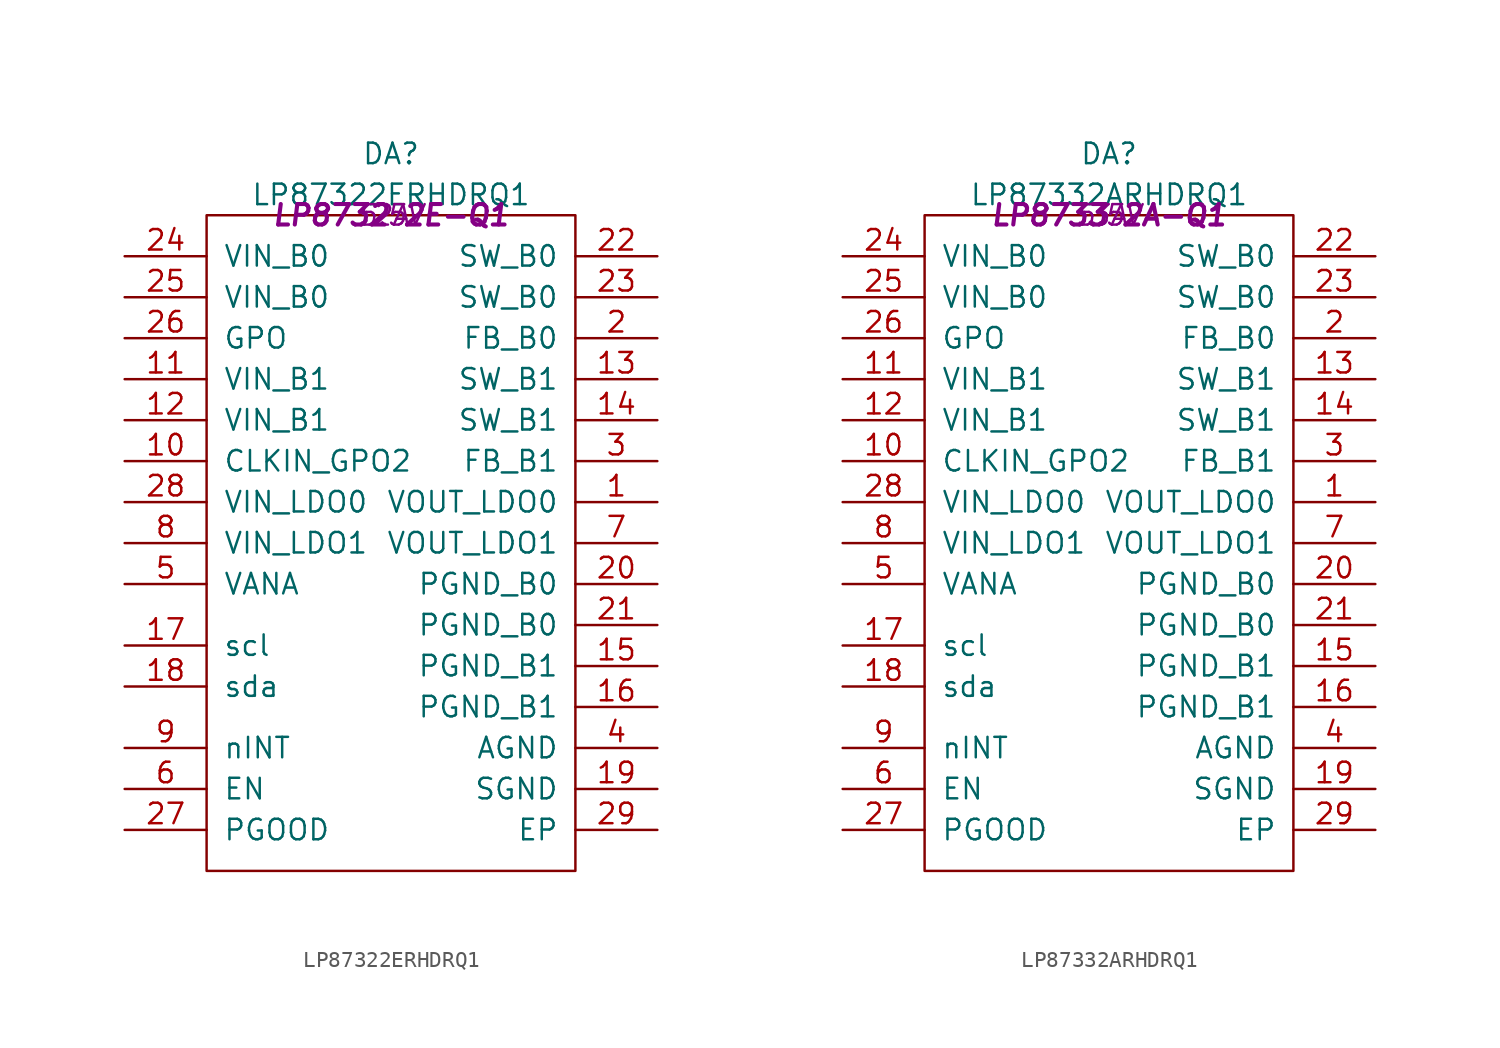
<source format=kicad_sym>
(kicad_symbol_lib
  (version 20211014)
  (generator kicad_symbol_editor)
  (symbol "LP87322ERHDRQ1"
    (pin_names
      (offset 1.016))
    (property "Reference" "DA"
      (at 0 3.81 0)
      (effects (font (size 1.27 1.27))))
    (property "Value" "LP87322ERHDRQ1"
      (at 0 1.27 0)
      (effects (font (size 1.27 1.27))))
    (property "Mark" "LP8732 2E-Q1"
      (at 0 0 0)
      (effects (font (size 1.27 1.27) bold italic)))
    (property "Vmax" "5.5V"
      (at 0 0 0)
      (effects (font (size 1.27 1.27) italic)))
    (property "Imax" "2A"
      (at 0 0 0)
      (effects (font (size 1.27 1.27) italic)))
    (symbol "LP87322ERHDRQ1_0_1"
      (rectangle (start -11.43 0) (end 11.43 -40.64) (stroke (width 0) (type default) (color 0 0 0 0)) (fill (type none))))
    (symbol "LP87322ERHDRQ1_1_1"
      (pin passive line (at 16.51 -17.78 180) (length 5.08) (name "VOUT_LDO0" (effects (font (size 1.27 1.27)))) (number "1" (effects (font (size 1.27 1.27)))))
      (pin passive line (at -16.51 -15.24 0) (length 5.08) (name "CLKIN_GPO2" (effects (font (size 1.27 1.27)))) (number "10" (effects (font (size 1.27 1.27)))))
      (pin passive line (at -16.51 -10.16 0) (length 5.08) (name "VIN_B1" (effects (font (size 1.27 1.27)))) (number "11" (effects (font (size 1.27 1.27)))))
      (pin passive line (at -16.51 -12.7 0) (length 5.08) (name "VIN_B1" (effects (font (size 1.27 1.27)))) (number "12" (effects (font (size 1.27 1.27)))))
      (pin passive line (at 16.51 -10.16 180) (length 5.08) (name "SW_B1" (effects (font (size 1.27 1.27)))) (number "13" (effects (font (size 1.27 1.27)))))
      (pin passive line (at 16.51 -12.7 180) (length 5.08) (name "SW_B1" (effects (font (size 1.27 1.27)))) (number "14" (effects (font (size 1.27 1.27)))))
      (pin passive line (at 16.51 -27.94 180) (length 5.08) (name "PGND_B1" (effects (font (size 1.27 1.27)))) (number "15" (effects (font (size 1.27 1.27)))))
      (pin passive line (at 16.51 -30.48 180) (length 5.08) (name "PGND_B1" (effects (font (size 1.27 1.27)))) (number "16" (effects (font (size 1.27 1.27)))))
      (pin passive line (at -16.51 -26.67 0) (length 5.08) (name "scl" (effects (font (size 1.27 1.27)))) (number "17" (effects (font (size 1.27 1.27)))))
      (pin passive line (at -16.51 -29.21 0) (length 5.08) (name "sda" (effects (font (size 1.27 1.27)))) (number "18" (effects (font (size 1.27 1.27)))))
      (pin passive line (at 16.51 -35.56 180) (length 5.08) (name "SGND" (effects (font (size 1.27 1.27)))) (number "19" (effects (font (size 1.27 1.27)))))
      (pin passive line (at 16.51 -7.62 180) (length 5.08) (name "FB_B0" (effects (font (size 1.27 1.27)))) (number "2" (effects (font (size 1.27 1.27)))))
      (pin passive line (at 16.51 -22.86 180) (length 5.08) (name "PGND_B0" (effects (font (size 1.27 1.27)))) (number "20" (effects (font (size 1.27 1.27)))))
      (pin passive line (at 16.51 -25.4 180) (length 5.08) (name "PGND_B0" (effects (font (size 1.27 1.27)))) (number "21" (effects (font (size 1.27 1.27)))))
      (pin passive line (at 16.51 -2.54 180) (length 5.08) (name "SW_B0" (effects (font (size 1.27 1.27)))) (number "22" (effects (font (size 1.27 1.27)))))
      (pin passive line (at 16.51 -5.08 180) (length 5.08) (name "SW_B0" (effects (font (size 1.27 1.27)))) (number "23" (effects (font (size 1.27 1.27)))))
      (pin passive line (at -16.51 -2.54 0) (length 5.08) (name "VIN_B0" (effects (font (size 1.27 1.27)))) (number "24" (effects (font (size 1.27 1.27)))))
      (pin passive line (at -16.51 -5.08 0) (length 5.08) (name "VIN_B0" (effects (font (size 1.27 1.27)))) (number "25" (effects (font (size 1.27 1.27)))))
      (pin passive line (at -16.51 -7.62 0) (length 5.08) (name "GPO" (effects (font (size 1.27 1.27)))) (number "26" (effects (font (size 1.27 1.27)))))
      (pin passive line (at -16.51 -38.1 0) (length 5.08) (name "PGOOD" (effects (font (size 1.27 1.27)))) (number "27" (effects (font (size 1.27 1.27)))))
      (pin passive line (at -16.51 -17.78 0) (length 5.08) (name "VIN_LDO0" (effects (font (size 1.27 1.27)))) (number "28" (effects (font (size 1.27 1.27)))))
      (pin passive line (at 16.51 -38.1 180) (length 5.08) (name "EP" (effects (font (size 1.27 1.27)))) (number "29" (effects (font (size 1.27 1.27)))))
      (pin passive line (at 16.51 -15.24 180) (length 5.08) (name "FB_B1" (effects (font (size 1.27 1.27)))) (number "3" (effects (font (size 1.27 1.27)))))
      (pin passive line (at 16.51 -33.02 180) (length 5.08) (name "AGND" (effects (font (size 1.27 1.27)))) (number "4" (effects (font (size 1.27 1.27)))))
      (pin passive line (at -16.51 -22.86 0) (length 5.08) (name "VANA" (effects (font (size 1.27 1.27)))) (number "5" (effects (font (size 1.27 1.27)))))
      (pin passive line (at -16.51 -35.56 0) (length 5.08) (name "EN" (effects (font (size 1.27 1.27)))) (number "6" (effects (font (size 1.27 1.27)))))
      (pin passive line (at 16.51 -20.32 180) (length 5.08) (name "VOUT_LDO1" (effects (font (size 1.27 1.27)))) (number "7" (effects (font (size 1.27 1.27)))))
      (pin passive line (at -16.51 -20.32 0) (length 5.08) (name "VIN_LDO1" (effects (font (size 1.27 1.27)))) (number "8" (effects (font (size 1.27 1.27)))))
      (pin passive line (at -16.51 -33.02 0) (length 5.08) (name "nINT" (effects (font (size 1.27 1.27)))) (number "9" (effects (font (size 1.27 1.27)))))))
  (symbol "LP87332ARHDRQ1"
    (pin_names
      (offset 1.016))
    (property "Reference" "DA"
      (at 0 3.81 0)
      (effects (font (size 1.27 1.27))))
    (property "Value" "LP87332ARHDRQ1"
      (at 0 1.27 0)
      (effects (font (size 1.27 1.27))))
    (property "Mark" "LP8733 2A-Q1"
      (at 0 0 0)
      (effects (font (size 1.27 1.27) bold italic)))
    (property "Vmax" "5.5V"
      (at 0 0 0)
      (effects (font (size 1.27 1.27) italic)))
    (property "Imax" "3A"
      (at 0 0 0)
      (effects (font (size 1.27 1.27) italic)))
    (symbol "LP87332ARHDRQ1_0_1"
      (rectangle (start -11.43 0) (end 11.43 -40.64) (stroke (width 0) (type default) (color 0 0 0 0)) (fill (type none))))
    (symbol "LP87332ARHDRQ1_1_1"
      (pin passive line (at 16.51 -17.78 180) (length 5.08) (name "VOUT_LDO0" (effects (font (size 1.27 1.27)))) (number "1" (effects (font (size 1.27 1.27)))))
      (pin passive line (at -16.51 -15.24 0) (length 5.08) (name "CLKIN_GPO2" (effects (font (size 1.27 1.27)))) (number "10" (effects (font (size 1.27 1.27)))))
      (pin passive line (at -16.51 -10.16 0) (length 5.08) (name "VIN_B1" (effects (font (size 1.27 1.27)))) (number "11" (effects (font (size 1.27 1.27)))))
      (pin passive line (at -16.51 -12.7 0) (length 5.08) (name "VIN_B1" (effects (font (size 1.27 1.27)))) (number "12" (effects (font (size 1.27 1.27)))))
      (pin passive line (at 16.51 -10.16 180) (length 5.08) (name "SW_B1" (effects (font (size 1.27 1.27)))) (number "13" (effects (font (size 1.27 1.27)))))
      (pin passive line (at 16.51 -12.7 180) (length 5.08) (name "SW_B1" (effects (font (size 1.27 1.27)))) (number "14" (effects (font (size 1.27 1.27)))))
      (pin passive line (at 16.51 -27.94 180) (length 5.08) (name "PGND_B1" (effects (font (size 1.27 1.27)))) (number "15" (effects (font (size 1.27 1.27)))))
      (pin passive line (at 16.51 -30.48 180) (length 5.08) (name "PGND_B1" (effects (font (size 1.27 1.27)))) (number "16" (effects (font (size 1.27 1.27)))))
      (pin passive line (at -16.51 -26.67 0) (length 5.08) (name "scl" (effects (font (size 1.27 1.27)))) (number "17" (effects (font (size 1.27 1.27)))))
      (pin passive line (at -16.51 -29.21 0) (length 5.08) (name "sda" (effects (font (size 1.27 1.27)))) (number "18" (effects (font (size 1.27 1.27)))))
      (pin passive line (at 16.51 -35.56 180) (length 5.08) (name "SGND" (effects (font (size 1.27 1.27)))) (number "19" (effects (font (size 1.27 1.27)))))
      (pin passive line (at 16.51 -7.62 180) (length 5.08) (name "FB_B0" (effects (font (size 1.27 1.27)))) (number "2" (effects (font (size 1.27 1.27)))))
      (pin passive line (at 16.51 -22.86 180) (length 5.08) (name "PGND_B0" (effects (font (size 1.27 1.27)))) (number "20" (effects (font (size 1.27 1.27)))))
      (pin passive line (at 16.51 -25.4 180) (length 5.08) (name "PGND_B0" (effects (font (size 1.27 1.27)))) (number "21" (effects (font (size 1.27 1.27)))))
      (pin passive line (at 16.51 -2.54 180) (length 5.08) (name "SW_B0" (effects (font (size 1.27 1.27)))) (number "22" (effects (font (size 1.27 1.27)))))
      (pin passive line (at 16.51 -5.08 180) (length 5.08) (name "SW_B0" (effects (font (size 1.27 1.27)))) (number "23" (effects (font (size 1.27 1.27)))))
      (pin passive line (at -16.51 -2.54 0) (length 5.08) (name "VIN_B0" (effects (font (size 1.27 1.27)))) (number "24" (effects (font (size 1.27 1.27)))))
      (pin passive line (at -16.51 -5.08 0) (length 5.08) (name "VIN_B0" (effects (font (size 1.27 1.27)))) (number "25" (effects (font (size 1.27 1.27)))))
      (pin passive line (at -16.51 -7.62 0) (length 5.08) (name "GPO" (effects (font (size 1.27 1.27)))) (number "26" (effects (font (size 1.27 1.27)))))
      (pin passive line (at -16.51 -38.1 0) (length 5.08) (name "PGOOD" (effects (font (size 1.27 1.27)))) (number "27" (effects (font (size 1.27 1.27)))))
      (pin passive line (at -16.51 -17.78 0) (length 5.08) (name "VIN_LDO0" (effects (font (size 1.27 1.27)))) (number "28" (effects (font (size 1.27 1.27)))))
      (pin passive line (at 16.51 -38.1 180) (length 5.08) (name "EP" (effects (font (size 1.27 1.27)))) (number "29" (effects (font (size 1.27 1.27)))))
      (pin passive line (at 16.51 -15.24 180) (length 5.08) (name "FB_B1" (effects (font (size 1.27 1.27)))) (number "3" (effects (font (size 1.27 1.27)))))
      (pin passive line (at 16.51 -33.02 180) (length 5.08) (name "AGND" (effects (font (size 1.27 1.27)))) (number "4" (effects (font (size 1.27 1.27)))))
      (pin passive line (at -16.51 -22.86 0) (length 5.08) (name "VANA" (effects (font (size 1.27 1.27)))) (number "5" (effects (font (size 1.27 1.27)))))
      (pin passive line (at -16.51 -35.56 0) (length 5.08) (name "EN" (effects (font (size 1.27 1.27)))) (number "6" (effects (font (size 1.27 1.27)))))
      (pin passive line (at 16.51 -20.32 180) (length 5.08) (name "VOUT_LDO1" (effects (font (size 1.27 1.27)))) (number "7" (effects (font (size 1.27 1.27)))))
      (pin passive line (at -16.51 -20.32 0) (length 5.08) (name "VIN_LDO1" (effects (font (size 1.27 1.27)))) (number "8" (effects (font (size 1.27 1.27)))))
      (pin passive line (at -16.51 -33.02 0) (length 5.08) (name "nINT" (effects (font (size 1.27 1.27)))) (number "9" (effects (font (size 1.27 1.27))))))))
</source>
